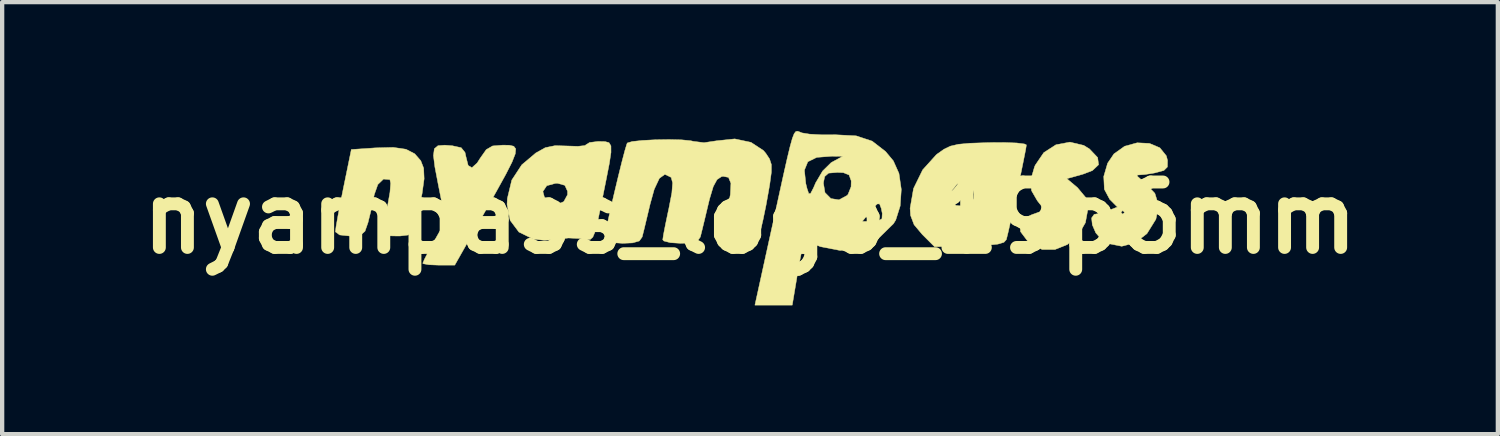
<source format=kicad_pcb>
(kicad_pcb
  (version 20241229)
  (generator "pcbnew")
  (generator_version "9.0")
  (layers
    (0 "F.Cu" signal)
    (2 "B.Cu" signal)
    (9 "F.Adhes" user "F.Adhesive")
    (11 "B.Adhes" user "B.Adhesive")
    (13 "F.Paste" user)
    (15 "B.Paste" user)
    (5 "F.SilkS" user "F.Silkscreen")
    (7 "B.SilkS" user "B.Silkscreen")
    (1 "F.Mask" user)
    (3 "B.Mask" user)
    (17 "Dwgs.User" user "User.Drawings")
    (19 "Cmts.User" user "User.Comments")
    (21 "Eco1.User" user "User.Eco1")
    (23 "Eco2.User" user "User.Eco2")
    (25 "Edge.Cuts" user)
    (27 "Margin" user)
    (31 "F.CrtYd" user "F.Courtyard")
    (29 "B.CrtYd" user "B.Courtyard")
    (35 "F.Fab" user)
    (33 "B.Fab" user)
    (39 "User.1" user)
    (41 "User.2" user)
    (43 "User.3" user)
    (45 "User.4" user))
  (footprint "nyampass_logo_19p6mm"
    (layer "F.Cu")
    (at 14.413 2.022)
    (property "Reference" "nyampass_logo_19p6mm" (at 0 0 0) (layer "F.SilkS") (effects (font (size 1.524 1.524) (thickness 0.3))))
    (attr through_hole)
    (fp_poly (pts (xy -5.602 -1.69) (xy -5.501 -1.667) (xy -5.455 -1.607) (xy -5.466 -1.49) (xy -5.541 -1.299) (xy -5.685 -1.015) (xy -5.903 -0.62) (xy -6.182 -0.124) (xy -6.875 1.101) (xy -7.248 1.101) (xy -7.472 1.092) (xy -7.605 1.069) (xy -7.62 1.057) (xy -7.581 0.966) (xy -7.481 0.773) (xy -7.355 0.544) (xy -7.09 0.075) (xy -7.259 -0.774) (xy -7.337 -1.182) (xy -7.371 -1.452) (xy -7.35 -1.609) (xy -7.265 -1.68) (xy -7.106 -1.692) (xy -6.93 -1.678) (xy -6.725 -1.633) (xy -6.636 -1.523) (xy -6.618 -1.439) (xy -6.563 -1.22) (xy -6.476 -1.167) (xy -6.353 -1.278) (xy -6.28 -1.392) (xy -6.142 -1.588) (xy -5.994 -1.674) (xy -5.756 -1.693) (xy -5.75 -1.693) (xy -5.602 -1.69)) (stroke (width 0.01) (type solid)) (fill yes) (layer "F.SilkS"))
    (fp_poly (pts (xy 7.77 -1.687) (xy 7.905 -1.603) (xy 8.094 -1.404) (xy 8.116 -1.237) (xy 7.972 -1.101) (xy 7.752 -1.017) (xy 7.376 -0.912) (xy 7.625 -0.703) (xy 7.824 -0.464) (xy 7.874 -0.242) (xy 7.809 0.113) (xy 7.637 0.407) (xy 7.39 0.621) (xy 7.101 0.737) (xy 6.802 0.737) (xy 6.525 0.602) (xy 6.473 0.554) (xy 6.298 0.321) (xy 6.286 0.131) (xy 6.437 -0.018) (xy 6.563 -0.074) (xy 6.711 -0.127) (xy 6.943 -0.127) (xy 6.985 -0.085) (xy 7.027 -0.127) (xy 6.985 -0.169) (xy 6.943 -0.127) (xy 6.711 -0.127) (xy 6.861 -0.181) (xy 6.69 -0.398) (xy 6.554 -0.633) (xy 6.533 -0.876) (xy 6.624 -1.187) (xy 6.64 -1.225) (xy 6.84 -1.519) (xy 7.124 -1.702) (xy 7.449 -1.763) (xy 7.77 -1.687)) (stroke (width 0.01) (type solid)) (fill yes) (layer "F.SilkS"))
    (fp_poly (pts (xy -8.011 -1.597) (xy -7.806 -1.491) (xy -7.666 -1.33) (xy -7.599 -1.157) (xy -7.588 -0.909) (xy -7.636 -0.56) (xy -7.744 -0.088) (xy -7.793 0.098) (xy -7.863 0.308) (xy -7.961 0.4) (xy -8.15 0.423) (xy -8.216 0.423) (xy -8.393 0.419) (xy -8.496 0.385) (xy -8.534 0.289) (xy -8.517 0.1) (xy -8.454 -0.215) (xy -8.432 -0.319) (xy -8.383 -0.598) (xy -8.367 -0.805) (xy -8.385 -0.891) (xy -8.534 -0.903) (xy -8.666 -0.776) (xy -8.75 -0.537) (xy -8.752 -0.524) (xy -8.814 -0.216) (xy -8.891 0.096) (xy -8.893 0.106) (xy -8.965 0.312) (xy -9.067 0.401) (xy -9.261 0.423) (xy -9.317 0.423) (xy -9.554 0.398) (xy -9.651 0.328) (xy -9.653 0.318) (xy -9.637 0.195) (xy -9.593 -0.054) (xy -9.528 -0.391) (xy -9.468 -0.69) (xy -9.283 -1.591) (xy -8.727 -1.629) (xy -8.305 -1.64) (xy -8.011 -1.597)) (stroke (width 0.01) (type solid)) (fill yes) (layer "F.SilkS"))
    (fp_poly (pts (xy 9.301 -1.733) (xy 9.542 -1.631) (xy 9.693 -1.444) (xy 9.721 -1.338) (xy 9.718 -1.185) (xy 9.636 -1.103) (xy 9.429 -1.047) (xy 9.424 -1.046) (xy 9.195 -1.009) (xy 9.035 -0.998) (xy 9.017 -1) (xy 9.019 -0.969) (xy 9.13 -0.869) (xy 9.172 -0.836) (xy 9.426 -0.571) (xy 9.516 -0.282) (xy 9.45 0.032) (xy 9.242 0.367) (xy 8.966 0.581) (xy 8.655 0.662) (xy 8.34 0.599) (xy 8.182 0.502) (xy 8.05 0.349) (xy 7.97 0.164) (xy 7.953 0.003) (xy 8.014 -0.082) (xy 8.038 -0.085) (xy 8.17 -0.113) (xy 8.213 -0.127) (xy 8.636 -0.127) (xy 8.678 -0.085) (xy 8.721 -0.127) (xy 8.678 -0.169) (xy 8.636 -0.127) (xy 8.213 -0.127) (xy 8.336 -0.168) (xy 8.554 -0.251) (xy 8.374 -0.432) (xy 8.25 -0.665) (xy 8.236 -0.964) (xy 8.326 -1.272) (xy 8.473 -1.489) (xy 8.724 -1.668) (xy 9.014 -1.747) (xy 9.301 -1.733)) (stroke (width 0.01) (type solid)) (fill yes) (layer "F.SilkS"))
    (fp_poly (pts (xy 6.209 -1.743) (xy 6.39 -1.72) (xy 6.435 -1.698) (xy 6.418 -1.59) (xy 6.372 -1.357) (xy 6.307 -1.037) (xy 6.23 -0.669) (xy 6.149 -0.293) (xy 6.074 0.052) (xy 6.012 0.328) (xy 5.971 0.494) (xy 5.967 0.508) (xy 5.911 0.57) (xy 5.77 0.612) (xy 5.517 0.639) (xy 5.122 0.654) (xy 5.112 0.654) (xy 4.297 0.673) (xy 4.011 0.387) (xy 3.82 0.16) (xy 3.738 -0.057) (xy 3.727 -0.224) (xy 3.762 -0.422) (xy 4.699 -0.422) (xy 4.793 -0.289) (xy 4.981 -0.27) (xy 5.144 -0.319) (xy 5.202 -0.449) (xy 5.207 -0.55) (xy 5.175 -0.745) (xy 5.06 -0.824) (xy 5.03 -0.83) (xy 4.825 -0.789) (xy 4.701 -0.635) (xy 4.699 -0.422) (xy 3.762 -0.422) (xy 3.807 -0.683) (xy 4.02 -1.118) (xy 4.336 -1.468) (xy 4.362 -1.489) (xy 4.518 -1.599) (xy 4.667 -1.67) (xy 4.853 -1.713) (xy 5.117 -1.737) (xy 5.504 -1.75) (xy 5.557 -1.752) (xy 5.919 -1.754) (xy 6.209 -1.743)) (stroke (width 0.01) (type solid)) (fill yes) (layer "F.SilkS"))
    (fp_poly (pts (xy -3.373 -1.775) (xy -3.283 -1.75) (xy -3.238 -1.675) (xy -3.237 -1.524) (xy -3.275 -1.27) (xy -3.35 -0.886) (xy -3.386 -0.708) (xy -3.482 -0.23) (xy -3.552 0.107) (xy -3.608 0.325) (xy -3.66 0.449) (xy -3.718 0.502) (xy -3.794 0.507) (xy -3.898 0.489) (xy -3.932 0.483) (xy -4.227 0.469) (xy -4.499 0.5) (xy -4.787 0.524) (xy -5.054 0.492) (xy -5.381 0.331) (xy -5.585 0.058) (xy -5.657 -0.312) (xy -5.65 -0.451) (xy -5.611 -0.613) (xy -4.823 -0.613) (xy -4.778 -0.449) (xy -4.697 -0.369) (xy -4.506 -0.31) (xy -4.337 -0.377) (xy -4.249 -0.538) (xy -4.249 -0.62) (xy -4.311 -0.757) (xy -4.475 -0.803) (xy -4.529 -0.804) (xy -4.733 -0.748) (xy -4.823 -0.613) (xy -5.611 -0.613) (xy -5.547 -0.88) (xy -5.314 -1.235) (xy -4.988 -1.51) (xy -4.767 -1.634) (xy -4.538 -1.681) (xy -4.255 -1.673) (xy -4.007 -1.665) (xy -3.845 -1.683) (xy -3.81 -1.708) (xy -3.736 -1.754) (xy -3.552 -1.777) (xy -3.514 -1.778) (xy -3.373 -1.775)) (stroke (width 0.01) (type solid)) (fill yes) (layer "F.SilkS"))
    (fp_poly (pts (xy 0.022 -1.758) (xy 0.313 -1.567) (xy 0.368 -1.502) (xy 0.455 -1.37) (xy 0.497 -1.241) (xy 0.497 -1.063) (xy 0.46 -0.788) (xy 0.436 -0.647) (xy 0.372 -0.29) (xy 0.303 0.045) (xy 0.247 0.284) (xy 0.187 0.468) (xy 0.104 0.559) (xy -0.054 0.589) (xy -0.258 0.593) (xy -0.498 0.581) (xy -0.651 0.552) (xy -0.678 0.529) (xy -0.661 0.421) (xy -0.614 0.195) (xy -0.546 -0.103) (xy -0.538 -0.138) (xy -0.458 -0.543) (xy -0.445 -0.806) (xy -0.501 -0.942) (xy -0.627 -0.967) (xy -0.665 -0.959) (xy -0.768 -0.891) (xy -0.856 -0.728) (xy -0.943 -0.437) (xy -0.974 -0.309) (xy -1.05 0.01) (xy -1.115 0.278) (xy -1.155 0.439) (xy -1.156 0.445) (xy -1.222 0.538) (xy -1.38 0.583) (xy -1.614 0.593) (xy -1.854 0.578) (xy -2.005 0.539) (xy -2.032 0.51) (xy -2.015 0.393) (xy -1.969 0.157) (xy -1.905 -0.15) (xy -1.891 -0.212) (xy -1.82 -0.581) (xy -1.802 -0.814) (xy -1.835 -0.937) (xy -1.843 -0.946) (xy -1.982 -1.013) (xy -2.11 -0.921) (xy -2.23 -0.666) (xy -2.325 -0.324) (xy -2.402 -0.002) (xy -2.467 0.27) (xy -2.509 0.436) (xy -2.511 0.445) (xy -2.577 0.538) (xy -2.735 0.583) (xy -2.969 0.593) (xy -3.257 0.572) (xy -3.38 0.51) (xy -3.385 0.487) (xy -3.366 0.357) (xy -3.316 0.11) (xy -3.244 -0.217) (xy -3.158 -0.586) (xy -3.069 -0.958) (xy -2.985 -1.297) (xy -2.915 -1.563) (xy -2.868 -1.719) (xy -2.857 -1.743) (xy -2.743 -1.777) (xy -2.51 -1.802) (xy -2.207 -1.818) (xy -1.884 -1.823) (xy -1.591 -1.816) (xy -1.378 -1.795) (xy -1.32 -1.781) (xy -1.072 -1.75) (xy -0.777 -1.794) (xy -0.355 -1.838) (xy 0.022 -1.758)) (stroke (width 0.01) (type solid)) (fill yes) (layer "F.SilkS"))
    (fp_poly (pts (xy 1.155 -2) (xy 1.209 -1.978) (xy 1.387 -1.949) (xy 1.672 -1.933) (xy 1.994 -1.934) (xy 2.472 -1.909) (xy 2.844 -1.786) (xy 3.155 -1.545) (xy 3.337 -1.327) (xy 3.468 -1.034) (xy 3.522 -0.661) (xy 3.496 -0.276) (xy 3.393 0.05) (xy 3.339 0.137) (xy 2.985 0.484) (xy 2.562 0.695) (xy 2.102 0.76) (xy 1.638 0.67) (xy 1.591 0.651) (xy 1.435 0.588) (xy 1.329 0.572) (xy 1.257 0.629) (xy 1.202 0.782) (xy 1.147 1.057) (xy 1.092 1.384) (xy 0.983 2.032) (xy 0.114 2.032) (xy 0.514 0.209) (xy 0.542 0.085) (xy 2.612 0.085) (xy 2.825 0.085) (xy 2.999 0.062) (xy 3.072 0.021) (xy 3.079 -0.103) (xy 3.056 -0.219) (xy 3.015 -0.326) (xy 2.957 -0.322) (xy 2.843 -0.197) (xy 2.809 -0.156) (xy 2.612 0.085) (xy 0.542 0.085) (xy 0.661 -0.463) (xy 0.776 -0.987) (xy 0.804 -1.11) (xy 1.266 -1.11) (xy 1.299 -0.797) (xy 1.328 -0.681) (xy 1.367 -0.565) (xy 1.409 -0.565) (xy 1.478 -0.698) (xy 1.528 -0.814) (xy 1.708 -0.814) (xy 1.745 -0.588) (xy 1.883 -0.449) (xy 2.072 -0.419) (xy 2.26 -0.521) (xy 2.282 -0.546) (xy 2.353 -0.724) (xy 2.356 -0.863) (xy 2.306 -0.998) (xy 2.174 -1.052) (xy 2.032 -1.058) (xy 1.829 -1.041) (xy 1.739 -0.962) (xy 1.708 -0.814) (xy 1.528 -0.814) (xy 1.533 -0.823) (xy 1.69 -1.09) (xy 1.886 -1.283) (xy 1.92 -1.303) (xy 2.159 -1.433) (xy 1.905 -1.435) (xy 1.554 -1.408) (xy 1.346 -1.306) (xy 1.266 -1.11) (xy 0.804 -1.11) (xy 0.865 -1.381) (xy 0.933 -1.663) (xy 0.985 -1.85) (xy 1.028 -1.96) (xy 1.067 -2.01) (xy 1.108 -2.017) (xy 1.155 -2)) (stroke (width 0.01) (type solid)) (fill yes) (layer "F.SilkS")))
  (gr_rect
    (start -3 -3)
    (end 31.825 7.059)
    (stroke (width 0.1) (type default))
    (fill no)
    (layer "Edge.Cuts")))
</source>
